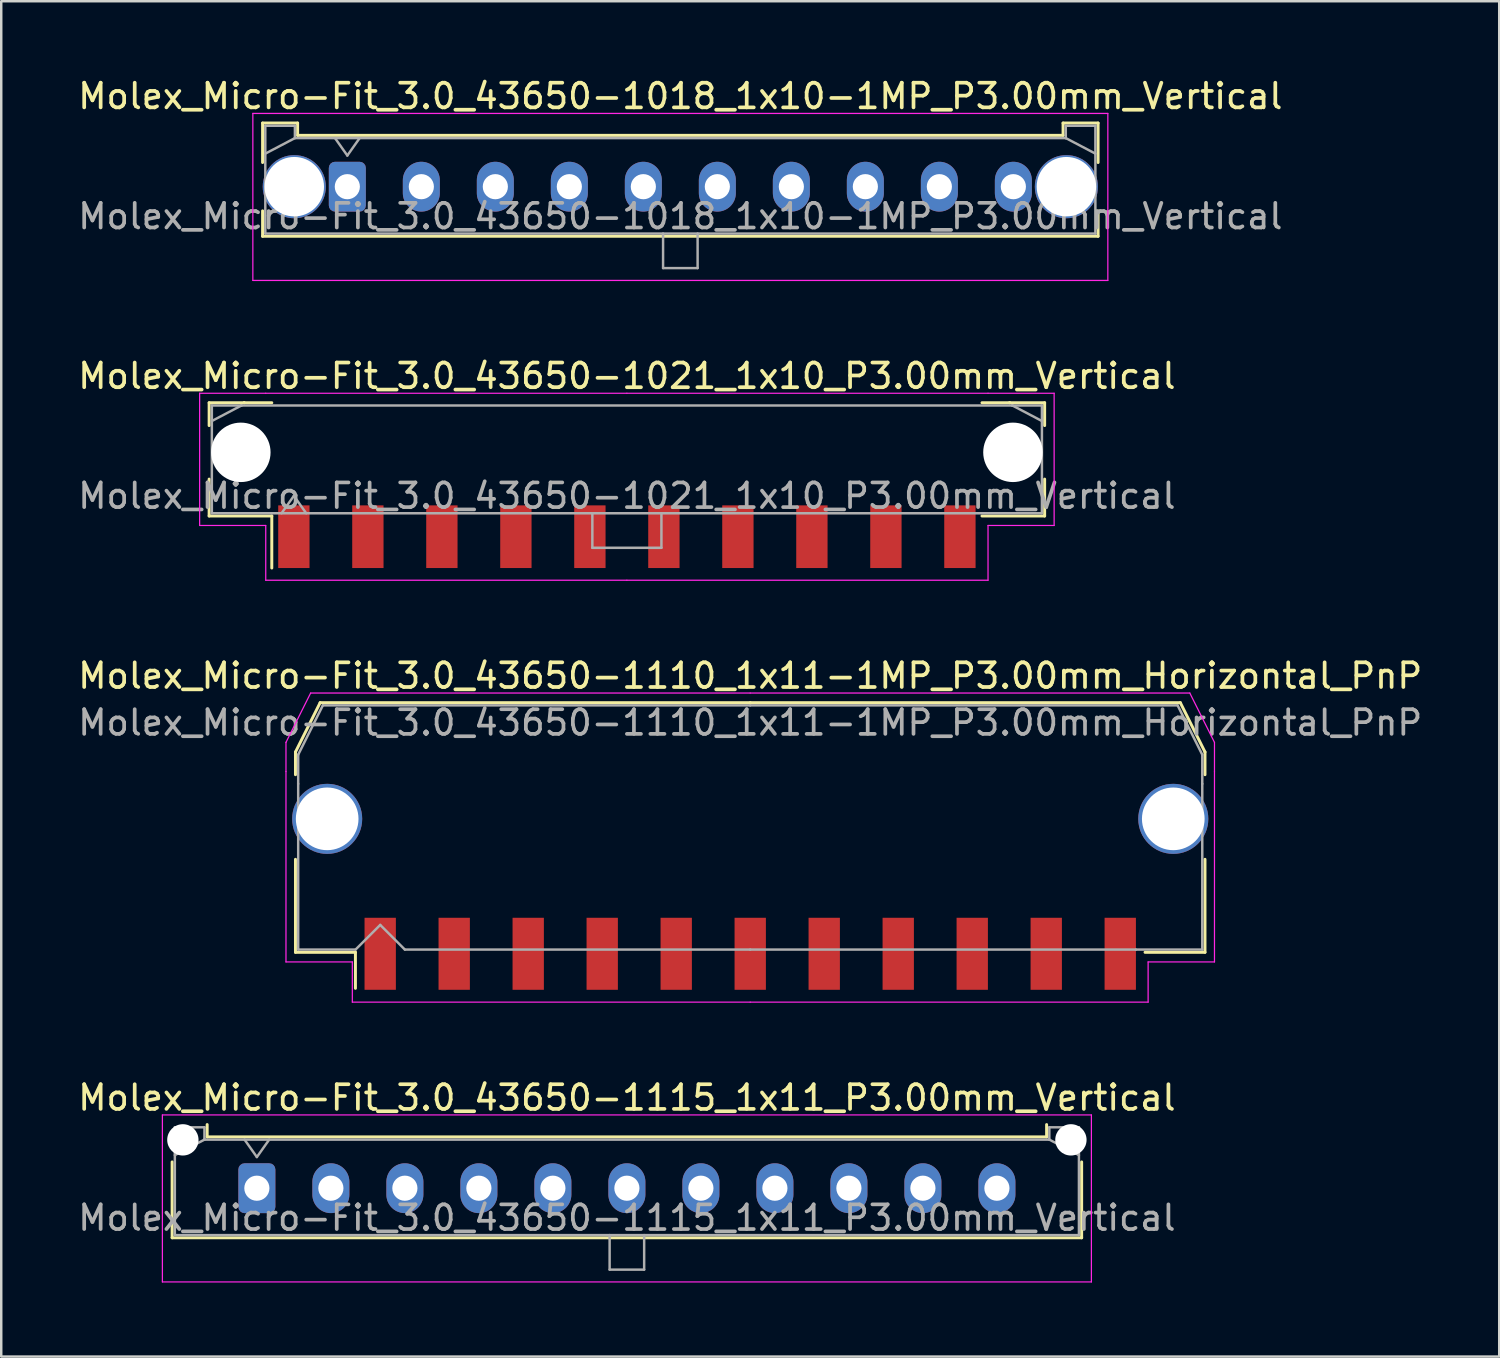
<source format=kicad_pcb>
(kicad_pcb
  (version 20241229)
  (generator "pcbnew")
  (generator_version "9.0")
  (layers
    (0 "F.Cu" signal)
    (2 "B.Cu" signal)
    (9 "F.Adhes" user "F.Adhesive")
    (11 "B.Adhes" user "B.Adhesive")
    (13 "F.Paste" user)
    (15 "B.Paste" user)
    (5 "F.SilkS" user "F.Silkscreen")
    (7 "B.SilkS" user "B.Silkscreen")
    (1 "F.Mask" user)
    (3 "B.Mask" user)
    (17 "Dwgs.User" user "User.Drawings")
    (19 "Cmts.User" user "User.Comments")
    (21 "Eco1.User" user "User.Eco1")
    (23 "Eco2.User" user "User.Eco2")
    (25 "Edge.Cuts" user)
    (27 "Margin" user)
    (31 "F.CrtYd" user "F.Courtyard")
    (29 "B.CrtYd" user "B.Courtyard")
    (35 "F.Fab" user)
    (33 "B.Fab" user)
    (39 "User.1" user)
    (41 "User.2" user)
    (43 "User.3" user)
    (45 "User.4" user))
  (footprint "Molex_Micro-Fit_3.0_43650-1018_1x10-1MP_P3.00mm_Vertical"
    (layer "F.Cu")
    (at 11.03 4.518)
    (property "Reference" "Molex_Micro-Fit_3.0_43650-1018_1x10-1MP_P3.00mm_Vertical" (at 13.5 -3.67 0) (layer "F.SilkS") (effects (font (size 1 1) (thickness 0.15))))
    (fp_line (start -3.435 -2.58) (end -2.015 -2.58) (stroke (width 0.12) (type solid)) (layer "F.SilkS"))
    (fp_line (start -3.435 -0.98) (end -3.435 -2.58) (stroke (width 0.12) (type solid)) (layer "F.SilkS"))
    (fp_line (start -3.435 0.98) (end -3.435 2.01) (stroke (width 0.12) (type solid)) (layer "F.SilkS"))
    (fp_line (start -3.435 2.01) (end 30.435 2.01) (stroke (width 0.12) (type solid)) (layer "F.SilkS"))
    (fp_line (start -2.015 -2.58) (end -2.015 -2.08) (stroke (width 0.12) (type solid)) (layer "F.SilkS"))
    (fp_line (start -2.015 -2.08) (end 29.015 -2.08) (stroke (width 0.12) (type solid)) (layer "F.SilkS"))
    (fp_line (start 29.015 -2.58) (end 30.435 -2.58) (stroke (width 0.12) (type solid)) (layer "F.SilkS"))
    (fp_line (start 29.015 -2.08) (end 29.015 -2.58) (stroke (width 0.12) (type solid)) (layer "F.SilkS"))
    (fp_line (start 30.435 -2.58) (end 30.435 -0.98) (stroke (width 0.12) (type solid)) (layer "F.SilkS"))
    (fp_line (start 30.435 2.01) (end 30.435 0.98) (stroke (width 0.12) (type solid)) (layer "F.SilkS"))
    (fp_line (start -3.83 -2.97) (end 30.83 -2.97) (stroke (width 0.05) (type solid)) (layer "F.CrtYd"))
    (fp_line (start -3.83 3.8) (end -3.83 -2.97) (stroke (width 0.05) (type solid)) (layer "F.CrtYd"))
    (fp_line (start 30.83 -2.97) (end 30.83 3.8) (stroke (width 0.05) (type solid)) (layer "F.CrtYd"))
    (fp_line (start 30.83 3.8) (end -3.83 3.8) (stroke (width 0.05) (type solid)) (layer "F.CrtYd"))
    (fp_line (start -3.325 -2.47) (end -3.325 1.9) (stroke (width 0.1) (type solid)) (layer "F.Fab"))
    (fp_line (start -3.325 -1.34) (end -2.125 -1.97) (stroke (width 0.1) (type solid)) (layer "F.Fab"))
    (fp_line (start -3.325 1.9) (end 30.325 1.9) (stroke (width 0.1) (type solid)) (layer "F.Fab"))
    (fp_line (start -2.125 -2.47) (end -3.325 -2.47) (stroke (width 0.1) (type solid)) (layer "F.Fab"))
    (fp_line (start -2.125 -1.97) (end -2.125 -2.47) (stroke (width 0.1) (type solid)) (layer "F.Fab"))
    (fp_line (start -0.5 -1.97) (end 0 -1.263) (stroke (width 0.1) (type solid)) (layer "F.Fab"))
    (fp_line (start 0 -1.263) (end 0.5 -1.97) (stroke (width 0.1) (type solid)) (layer "F.Fab"))
    (fp_line (start 12.8 1.9) (end 12.8 3.3) (stroke (width 0.1) (type solid)) (layer "F.Fab"))
    (fp_line (start 12.8 3.3) (end 14.2 3.3) (stroke (width 0.1) (type solid)) (layer "F.Fab"))
    (fp_line (start 14.2 3.3) (end 14.2 1.9) (stroke (width 0.1) (type solid)) (layer "F.Fab"))
    (fp_line (start 29.125 -2.47) (end 29.125 -1.97) (stroke (width 0.1) (type solid)) (layer "F.Fab"))
    (fp_line (start 29.125 -1.97) (end -2.125 -1.97) (stroke (width 0.1) (type solid)) (layer "F.Fab"))
    (fp_line (start 30.325 -2.47) (end 29.125 -2.47) (stroke (width 0.1) (type solid)) (layer "F.Fab"))
    (fp_line (start 30.325 -1.34) (end 29.125 -1.97) (stroke (width 0.1) (type solid)) (layer "F.Fab"))
    (fp_line (start 30.325 1.9) (end 30.325 -2.47) (stroke (width 0.1) (type solid)) (layer "F.Fab"))
    (fp_text user "${REFERENCE}" (at 13.5 1.2 0) (layer "F.Fab") (effects (font (size 1 1) (thickness 0.15))))
    (pad "1" thru_hole roundrect (at 0 0) (size 1.5 2.02) (drill 1.02) (layers "*.Cu" "*.Mask") (roundrect_rratio 0.167))
    (pad "2" thru_hole oval (at 3 0) (size 1.5 2.02) (drill 1.02) (layers "*.Cu" "*.Mask"))
    (pad "3" thru_hole oval (at 6 0) (size 1.5 2.02) (drill 1.02) (layers "*.Cu" "*.Mask"))
    (pad "4" thru_hole oval (at 9 0) (size 1.5 2.02) (drill 1.02) (layers "*.Cu" "*.Mask"))
    (pad "5" thru_hole oval (at 12 0) (size 1.5 2.02) (drill 1.02) (layers "*.Cu" "*.Mask"))
    (pad "6" thru_hole oval (at 15 0) (size 1.5 2.02) (drill 1.02) (layers "*.Cu" "*.Mask"))
    (pad "7" thru_hole oval (at 18 0) (size 1.5 2.02) (drill 1.02) (layers "*.Cu" "*.Mask"))
    (pad "8" thru_hole oval (at 21 0) (size 1.5 2.02) (drill 1.02) (layers "*.Cu" "*.Mask"))
    (pad "9" thru_hole oval (at 24 0) (size 1.5 2.02) (drill 1.02) (layers "*.Cu" "*.Mask"))
    (pad "10" thru_hole oval (at 27 0) (size 1.5 2.02) (drill 1.02) (layers "*.Cu" "*.Mask"))
    (pad "MP" thru_hole circle (at -2.15 0) (size 2.56 2.56) (drill 2.41) (layers "*.Cu" "*.Mask"))
    (pad "MP" thru_hole circle (at 29.15 0) (size 2.56 2.56) (drill 2.41) (layers "*.Cu" "*.Mask")))
  (footprint "Molex_Micro-Fit_3.0_43650-1021_1x10_P3.00mm_Vertical"
    (layer "F.Cu")
    (at 22.363 15.572)
    (property "Reference" "Molex_Micro-Fit_3.0_43650-1021_1x10_P3.00mm_Vertical" (at 0 -3.38 0) (layer "F.SilkS") (effects (font (size 1 1) (thickness 0.15))))
    (attr smd)
    (fp_line (start -16.935 -2.295) (end -15.515 -2.295) (stroke (width 0.12) (type solid)) (layer "F.SilkS"))
    (fp_line (start -16.935 -1.37) (end -16.935 -2.295) (stroke (width 0.12) (type solid)) (layer "F.SilkS"))
    (fp_line (start -16.935 0.8) (end -16.935 2.295) (stroke (width 0.12) (type solid)) (layer "F.SilkS"))
    (fp_line (start -16.935 2.295) (end -14.395 2.295) (stroke (width 0.12) (type solid)) (layer "F.SilkS"))
    (fp_line (start -15.515 -2.295) (end -15.515 -2.295) (stroke (width 0.12) (type solid)) (layer "F.SilkS"))
    (fp_line (start -15.515 -2.295) (end -14.395 -2.295) (stroke (width 0.12) (type solid)) (layer "F.SilkS"))
    (fp_line (start -14.395 2.295) (end -14.395 4.405) (stroke (width 0.12) (type solid)) (layer "F.SilkS"))
    (fp_line (start 15.515 -2.295) (end 14.395 -2.295) (stroke (width 0.12) (type solid)) (layer "F.SilkS"))
    (fp_line (start 15.515 -2.295) (end 15.515 -2.295) (stroke (width 0.12) (type solid)) (layer "F.SilkS"))
    (fp_line (start 16.935 -2.295) (end 15.515 -2.295) (stroke (width 0.12) (type solid)) (layer "F.SilkS"))
    (fp_line (start 16.935 -1.37) (end 16.935 -2.295) (stroke (width 0.12) (type solid)) (layer "F.SilkS"))
    (fp_line (start 16.935 0.8) (end 16.935 2.295) (stroke (width 0.12) (type solid)) (layer "F.SilkS"))
    (fp_line (start 16.935 2.295) (end 14.395 2.295) (stroke (width 0.12) (type solid)) (layer "F.SilkS"))
    (fp_line (start -17.32 -2.68) (end -17.32 2.68) (stroke (width 0.05) (type solid)) (layer "F.CrtYd"))
    (fp_line (start -17.32 2.68) (end -14.64 2.68) (stroke (width 0.05) (type solid)) (layer "F.CrtYd"))
    (fp_line (start -14.64 -2.68) (end -17.32 -2.68) (stroke (width 0.05) (type solid)) (layer "F.CrtYd"))
    (fp_line (start -14.64 2.68) (end -14.64 4.9) (stroke (width 0.05) (type solid)) (layer "F.CrtYd"))
    (fp_line (start -14.64 4.9) (end 0 4.9) (stroke (width 0.05) (type solid)) (layer "F.CrtYd"))
    (fp_line (start 0 -2.68) (end -14.64 -2.68) (stroke (width 0.05) (type solid)) (layer "F.CrtYd"))
    (fp_line (start 0 -2.68) (end 14.64 -2.68) (stroke (width 0.05) (type solid)) (layer "F.CrtYd"))
    (fp_line (start 14.64 -2.68) (end 17.32 -2.68) (stroke (width 0.05) (type solid)) (layer "F.CrtYd"))
    (fp_line (start 14.64 2.68) (end 14.64 4.9) (stroke (width 0.05) (type solid)) (layer "F.CrtYd"))
    (fp_line (start 14.64 4.9) (end 0 4.9) (stroke (width 0.05) (type solid)) (layer "F.CrtYd"))
    (fp_line (start 17.32 -2.68) (end 17.32 2.68) (stroke (width 0.05) (type solid)) (layer "F.CrtYd"))
    (fp_line (start 17.32 2.68) (end 14.64 2.68) (stroke (width 0.05) (type solid)) (layer "F.CrtYd"))
    (fp_line (start -16.825 -2.185) (end -16.825 2.185) (stroke (width 0.1) (type solid)) (layer "F.Fab"))
    (fp_line (start -16.825 -1.555) (end -15.625 -2.185) (stroke (width 0.1) (type solid)) (layer "F.Fab"))
    (fp_line (start -16.825 2.185) (end 16.825 2.185) (stroke (width 0.1) (type solid)) (layer "F.Fab"))
    (fp_line (start -15.625 -2.185) (end -16.825 -2.185) (stroke (width 0.1) (type solid)) (layer "F.Fab"))
    (fp_line (start -15.625 -2.185) (end -15.625 -2.185) (stroke (width 0.1) (type solid)) (layer "F.Fab"))
    (fp_line (start -14 2.185) (end -13.5 1.478) (stroke (width 0.1) (type solid)) (layer "F.Fab"))
    (fp_line (start -13.5 1.478) (end -13 2.185) (stroke (width 0.1) (type solid)) (layer "F.Fab"))
    (fp_line (start -1.4 2.185) (end -1.4 3.585) (stroke (width 0.1) (type solid)) (layer "F.Fab"))
    (fp_line (start -1.4 3.585) (end 1.4 3.585) (stroke (width 0.1) (type solid)) (layer "F.Fab"))
    (fp_line (start 1.4 3.585) (end 1.4 2.185) (stroke (width 0.1) (type solid)) (layer "F.Fab"))
    (fp_line (start 15.625 -2.185) (end -15.625 -2.185) (stroke (width 0.1) (type solid)) (layer "F.Fab"))
    (fp_line (start 15.625 -2.185) (end 15.625 -2.185) (stroke (width 0.1) (type solid)) (layer "F.Fab"))
    (fp_line (start 16.825 -2.185) (end 15.625 -2.185) (stroke (width 0.1) (type solid)) (layer "F.Fab"))
    (fp_line (start 16.825 -1.555) (end 15.625 -2.185) (stroke (width 0.1) (type solid)) (layer "F.Fab"))
    (fp_line (start 16.825 2.185) (end 16.825 -2.185) (stroke (width 0.1) (type solid)) (layer "F.Fab"))
    (fp_text user "${REFERENCE}" (at 0 1.48 0) (layer "F.Fab") (effects (font (size 1 1) (thickness 0.15))))
    (pad "" np_thru_hole circle (at -15.65 -0.285) (size 2.41 2.41) (drill 2.41) (layers "*.Cu" "*.Mask"))
    (pad "" np_thru_hole circle (at 15.65 -0.285) (size 2.41 2.41) (drill 2.41) (layers "*.Cu" "*.Mask"))
    (pad "1" smd rect (at -13.5 3.135) (size 1.27 2.54) (layers "F.Cu" "F.Mask" "F.Paste"))
    (pad "2" smd rect (at -10.5 3.135) (size 1.27 2.54) (layers "F.Cu" "F.Mask" "F.Paste"))
    (pad "3" smd rect (at -7.5 3.135) (size 1.27 2.54) (layers "F.Cu" "F.Mask" "F.Paste"))
    (pad "4" smd rect (at -4.5 3.135) (size 1.27 2.54) (layers "F.Cu" "F.Mask" "F.Paste"))
    (pad "5" smd rect (at -1.5 3.135) (size 1.27 2.54) (layers "F.Cu" "F.Mask" "F.Paste"))
    (pad "6" smd rect (at 1.5 3.135) (size 1.27 2.54) (layers "F.Cu" "F.Mask" "F.Paste"))
    (pad "7" smd rect (at 4.5 3.135) (size 1.27 2.54) (layers "F.Cu" "F.Mask" "F.Paste"))
    (pad "8" smd rect (at 7.5 3.135) (size 1.27 2.54) (layers "F.Cu" "F.Mask" "F.Paste"))
    (pad "9" smd rect (at 10.5 3.135) (size 1.27 2.54) (layers "F.Cu" "F.Mask" "F.Paste"))
    (pad "10" smd rect (at 13.5 3.135) (size 1.27 2.54) (layers "F.Cu" "F.Mask" "F.Paste")))
  (footprint "Molex_Micro-Fit_3.0_43650-1115_1x11_P3.00mm_Vertical"
    (layer "F.Cu")
    (at 7.363 45.118)
    (property "Reference" "Molex_Micro-Fit_3.0_43650-1115_1x11_P3.00mm_Vertical" (at 15 -3.67 0) (layer "F.SilkS") (effects (font (size 1 1) (thickness 0.15))))
    (fp_line (start -3.435 -1.065) (end -3.435 2.01) (stroke (width 0.12) (type solid)) (layer "F.SilkS"))
    (fp_line (start -3.435 2.01) (end 33.435 2.01) (stroke (width 0.12) (type solid)) (layer "F.SilkS"))
    (fp_line (start -2.015 -2.58) (end -2.015 -2.08) (stroke (width 0.12) (type solid)) (layer "F.SilkS"))
    (fp_line (start -2.015 -2.08) (end 32.015 -2.08) (stroke (width 0.12) (type solid)) (layer "F.SilkS"))
    (fp_line (start 32.015 -2.08) (end 32.015 -2.58) (stroke (width 0.12) (type solid)) (layer "F.SilkS"))
    (fp_line (start 33.435 2.01) (end 33.435 -1.065) (stroke (width 0.12) (type solid)) (layer "F.SilkS"))
    (fp_line (start -3.83 -2.97) (end 33.83 -2.97) (stroke (width 0.05) (type solid)) (layer "F.CrtYd"))
    (fp_line (start -3.83 3.8) (end -3.83 -2.97) (stroke (width 0.05) (type solid)) (layer "F.CrtYd"))
    (fp_line (start 33.83 -2.97) (end 33.83 3.8) (stroke (width 0.05) (type solid)) (layer "F.CrtYd"))
    (fp_line (start 33.83 3.8) (end -3.83 3.8) (stroke (width 0.05) (type solid)) (layer "F.CrtYd"))
    (fp_line (start -3.325 -2.47) (end -3.325 1.9) (stroke (width 0.1) (type solid)) (layer "F.Fab"))
    (fp_line (start -3.325 -1.34) (end -2.125 -1.97) (stroke (width 0.1) (type solid)) (layer "F.Fab"))
    (fp_line (start -3.325 1.9) (end 33.325 1.9) (stroke (width 0.1) (type solid)) (layer "F.Fab"))
    (fp_line (start -2.125 -2.47) (end -3.325 -2.47) (stroke (width 0.1) (type solid)) (layer "F.Fab"))
    (fp_line (start -2.125 -1.97) (end -2.125 -2.47) (stroke (width 0.1) (type solid)) (layer "F.Fab"))
    (fp_line (start -0.5 -1.97) (end 0 -1.263) (stroke (width 0.1) (type solid)) (layer "F.Fab"))
    (fp_line (start 0 -1.263) (end 0.5 -1.97) (stroke (width 0.1) (type solid)) (layer "F.Fab"))
    (fp_line (start 14.3 1.9) (end 14.3 3.3) (stroke (width 0.1) (type solid)) (layer "F.Fab"))
    (fp_line (start 14.3 3.3) (end 15.7 3.3) (stroke (width 0.1) (type solid)) (layer "F.Fab"))
    (fp_line (start 15.7 3.3) (end 15.7 1.9) (stroke (width 0.1) (type solid)) (layer "F.Fab"))
    (fp_line (start 32.125 -2.47) (end 32.125 -1.97) (stroke (width 0.1) (type solid)) (layer "F.Fab"))
    (fp_line (start 32.125 -1.97) (end -2.125 -1.97) (stroke (width 0.1) (type solid)) (layer "F.Fab"))
    (fp_line (start 33.325 -2.47) (end 32.125 -2.47) (stroke (width 0.1) (type solid)) (layer "F.Fab"))
    (fp_line (start 33.325 -1.34) (end 32.125 -1.97) (stroke (width 0.1) (type solid)) (layer "F.Fab"))
    (fp_line (start 33.325 1.9) (end 33.325 -2.47) (stroke (width 0.1) (type solid)) (layer "F.Fab"))
    (fp_text user "${REFERENCE}" (at 15 1.2 0) (layer "F.Fab") (effects (font (size 1 1) (thickness 0.15))))
    (pad "" np_thru_hole circle (at -3 -1.96) (size 1.27 1.27) (drill 1.27) (layers "*.Cu" "*.Mask"))
    (pad "" np_thru_hole circle (at 33 -1.96) (size 1.27 1.27) (drill 1.27) (layers "*.Cu" "*.Mask"))
    (pad "1" thru_hole roundrect (at 0 0) (size 1.5 2.02) (drill 1.02) (layers "*.Cu" "*.Mask") (roundrect_rratio 0.167))
    (pad "2" thru_hole oval (at 3 0) (size 1.5 2.02) (drill 1.02) (layers "*.Cu" "*.Mask"))
    (pad "3" thru_hole oval (at 6 0) (size 1.5 2.02) (drill 1.02) (layers "*.Cu" "*.Mask"))
    (pad "4" thru_hole oval (at 9 0) (size 1.5 2.02) (drill 1.02) (layers "*.Cu" "*.Mask"))
    (pad "5" thru_hole oval (at 12 0) (size 1.5 2.02) (drill 1.02) (layers "*.Cu" "*.Mask"))
    (pad "6" thru_hole oval (at 15 0) (size 1.5 2.02) (drill 1.02) (layers "*.Cu" "*.Mask"))
    (pad "7" thru_hole oval (at 18 0) (size 1.5 2.02) (drill 1.02) (layers "*.Cu" "*.Mask"))
    (pad "8" thru_hole oval (at 21 0) (size 1.5 2.02) (drill 1.02) (layers "*.Cu" "*.Mask"))
    (pad "9" thru_hole oval (at 24 0) (size 1.5 2.02) (drill 1.02) (layers "*.Cu" "*.Mask"))
    (pad "10" thru_hole oval (at 27 0) (size 1.5 2.02) (drill 1.02) (layers "*.Cu" "*.Mask"))
    (pad "11" thru_hole oval (at 30 0) (size 1.5 2.02) (drill 1.02) (layers "*.Cu" "*.Mask")))
  (footprint "Molex_Micro-Fit_3.0_43650-1110_1x11-1MP_P3.00mm_Horizontal_PnP"
    (layer "F.Cu")
    (at 27.363 30.495)
    (property "Reference" "Molex_Micro-Fit_3.0_43650-1110_1x11-1MP_P3.00mm_Horizontal_PnP" (at 0 -6.15 0) (layer "F.SilkS") (effects (font (size 1 1) (thickness 0.15))))
    (attr smd)
    (fp_line (start -18.435 -3.06) (end -18.435 -2.14) (stroke (width 0.12) (type solid)) (layer "F.SilkS"))
    (fp_line (start -18.435 1.29) (end -18.435 5.06) (stroke (width 0.12) (type solid)) (layer "F.SilkS"))
    (fp_line (start -18.435 5.06) (end -16.005 5.06) (stroke (width 0.12) (type solid)) (layer "F.SilkS"))
    (fp_line (start -17.435 -5.06) (end -18.435 -3.06) (stroke (width 0.12) (type solid)) (layer "F.SilkS"))
    (fp_line (start -16.005 5.06) (end -16.005 6.52) (stroke (width 0.12) (type solid)) (layer "F.SilkS"))
    (fp_line (start 0 -5.06) (end -17.435 -5.06) (stroke (width 0.12) (type solid)) (layer "F.SilkS"))
    (fp_line (start 0 -5.06) (end 17.435 -5.06) (stroke (width 0.12) (type solid)) (layer "F.SilkS"))
    (fp_line (start 17.435 -5.06) (end 18.435 -3.06) (stroke (width 0.12) (type solid)) (layer "F.SilkS"))
    (fp_line (start 18.435 -3.06) (end 18.435 -2.14) (stroke (width 0.12) (type solid)) (layer "F.SilkS"))
    (fp_line (start 18.435 1.29) (end 18.435 5.06) (stroke (width 0.12) (type solid)) (layer "F.SilkS"))
    (fp_line (start 18.435 5.06) (end 16.005 5.06) (stroke (width 0.12) (type solid)) (layer "F.SilkS"))
    (fp_line (start -18.82 -3.45) (end -18.82 -2.27) (stroke (width 0.05) (type solid)) (layer "F.CrtYd"))
    (fp_line (start -18.82 -2.27) (end -18.82 5.45) (stroke (width 0.05) (type solid)) (layer "F.CrtYd"))
    (fp_line (start -18.82 5.45) (end -16.13 5.45) (stroke (width 0.05) (type solid)) (layer "F.CrtYd"))
    (fp_line (start -17.82 -5.45) (end -18.82 -3.45) (stroke (width 0.05) (type solid)) (layer "F.CrtYd"))
    (fp_line (start -16.13 5.45) (end -16.13 7.08) (stroke (width 0.05) (type solid)) (layer "F.CrtYd"))
    (fp_line (start -16.13 7.08) (end 0 7.08) (stroke (width 0.05) (type solid)) (layer "F.CrtYd"))
    (fp_line (start 0 -5.45) (end -17.82 -5.45) (stroke (width 0.05) (type solid)) (layer "F.CrtYd"))
    (fp_line (start 0 -5.45) (end 17.82 -5.45) (stroke (width 0.05) (type solid)) (layer "F.CrtYd"))
    (fp_line (start 16.13 5.45) (end 16.13 7.08) (stroke (width 0.05) (type solid)) (layer "F.CrtYd"))
    (fp_line (start 16.13 7.08) (end 0 7.08) (stroke (width 0.05) (type solid)) (layer "F.CrtYd"))
    (fp_line (start 17.82 -5.45) (end 18.82 -3.45) (stroke (width 0.05) (type solid)) (layer "F.CrtYd"))
    (fp_line (start 18.82 -3.45) (end 18.82 -2.27) (stroke (width 0.05) (type solid)) (layer "F.CrtYd"))
    (fp_line (start 18.82 -2.27) (end 18.82 5.45) (stroke (width 0.05) (type solid)) (layer "F.CrtYd"))
    (fp_line (start 18.82 5.45) (end 16.13 5.45) (stroke (width 0.05) (type solid)) (layer "F.CrtYd"))
    (fp_line (start -18.325 -2.95) (end -18.325 -1.77) (stroke (width 0.1) (type solid)) (layer "F.Fab"))
    (fp_line (start -18.325 -1.77) (end -18.325 4.95) (stroke (width 0.1) (type solid)) (layer "F.Fab"))
    (fp_line (start -18.325 4.95) (end -16 4.95) (stroke (width 0.1) (type solid)) (layer "F.Fab"))
    (fp_line (start -17.325 -4.95) (end -18.325 -2.95) (stroke (width 0.1) (type solid)) (layer "F.Fab"))
    (fp_line (start -16 4.95) (end -15 3.95) (stroke (width 0.1) (type solid)) (layer "F.Fab"))
    (fp_line (start -15 3.95) (end -14 4.95) (stroke (width 0.1) (type solid)) (layer "F.Fab"))
    (fp_line (start -14 4.95) (end 0 4.95) (stroke (width 0.1) (type solid)) (layer "F.Fab"))
    (fp_line (start 0 -4.95) (end -17.325 -4.95) (stroke (width 0.1) (type solid)) (layer "F.Fab"))
    (fp_line (start 0 -4.95) (end 17.325 -4.95) (stroke (width 0.1) (type solid)) (layer "F.Fab"))
    (fp_line (start 15.635 4.95) (end 0 4.95) (stroke (width 0.1) (type solid)) (layer "F.Fab"))
    (fp_line (start 17.325 -4.95) (end 18.325 -2.95) (stroke (width 0.1) (type solid)) (layer "F.Fab"))
    (fp_line (start 18.325 -2.95) (end 18.325 -1.77) (stroke (width 0.1) (type solid)) (layer "F.Fab"))
    (fp_line (start 18.325 -1.77) (end 18.325 4.95) (stroke (width 0.1) (type solid)) (layer "F.Fab"))
    (fp_line (start 18.325 4.95) (end 15.635 4.95) (stroke (width 0.1) (type solid)) (layer "F.Fab"))
    (fp_text user "${REFERENCE}" (at 0 -4.25 0) (layer "F.Fab") (effects (font (size 1 1) (thickness 0.15))))
    (pad "1" smd rect (at -15 5.12) (size 1.27 2.92) (layers "F.Cu" "F.Mask" "F.Paste"))
    (pad "2" smd rect (at -12 5.12) (size 1.27 2.92) (layers "F.Cu" "F.Mask" "F.Paste"))
    (pad "3" smd rect (at -9 5.12) (size 1.27 2.92) (layers "F.Cu" "F.Mask" "F.Paste"))
    (pad "4" smd rect (at -6 5.12) (size 1.27 2.92) (layers "F.Cu" "F.Mask" "F.Paste"))
    (pad "5" smd rect (at -3 5.12) (size 1.27 2.92) (layers "F.Cu" "F.Mask" "F.Paste"))
    (pad "6" smd rect (at 0 5.12) (size 1.27 2.92) (layers "F.Cu" "F.Mask" "F.Paste"))
    (pad "7" smd rect (at 3 5.12) (size 1.27 2.92) (layers "F.Cu" "F.Mask" "F.Paste"))
    (pad "8" smd rect (at 6 5.12) (size 1.27 2.92) (layers "F.Cu" "F.Mask" "F.Paste"))
    (pad "9" smd rect (at 9 5.12) (size 1.27 2.92) (layers "F.Cu" "F.Mask" "F.Paste"))
    (pad "10" smd rect (at 12 5.12) (size 1.27 2.92) (layers "F.Cu" "F.Mask" "F.Paste"))
    (pad "11" smd rect (at 15 5.12) (size 1.27 2.92) (layers "F.Cu" "F.Mask" "F.Paste"))
    (pad "MP" thru_hole circle (at -17.15 -0.35) (size 2.84 2.84) (drill 2.54) (layers "*.Cu" "*.Mask"))
    (pad "MP" thru_hole circle (at 17.15 -0.35) (size 2.84 2.84) (drill 2.54) (layers "*.Cu" "*.Mask")))
  (gr_rect
    (start -3 -3)
    (end 57.726 51.943)
    (stroke (width 0.1) (type default))
    (fill no)
    (layer "Edge.Cuts")))
</source>
